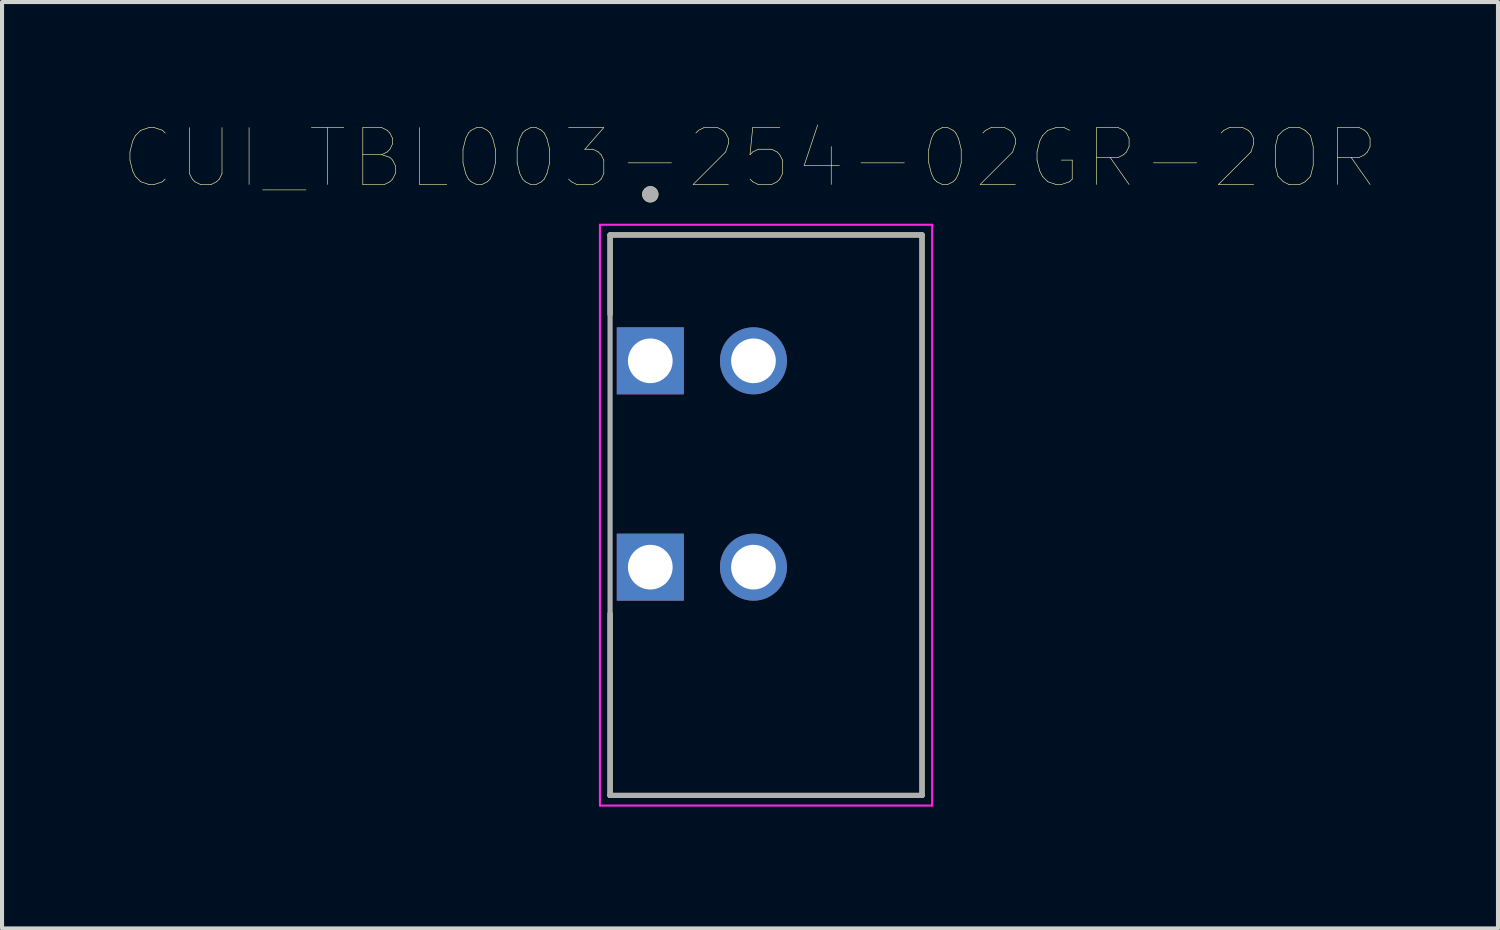
<source format=kicad_pcb>
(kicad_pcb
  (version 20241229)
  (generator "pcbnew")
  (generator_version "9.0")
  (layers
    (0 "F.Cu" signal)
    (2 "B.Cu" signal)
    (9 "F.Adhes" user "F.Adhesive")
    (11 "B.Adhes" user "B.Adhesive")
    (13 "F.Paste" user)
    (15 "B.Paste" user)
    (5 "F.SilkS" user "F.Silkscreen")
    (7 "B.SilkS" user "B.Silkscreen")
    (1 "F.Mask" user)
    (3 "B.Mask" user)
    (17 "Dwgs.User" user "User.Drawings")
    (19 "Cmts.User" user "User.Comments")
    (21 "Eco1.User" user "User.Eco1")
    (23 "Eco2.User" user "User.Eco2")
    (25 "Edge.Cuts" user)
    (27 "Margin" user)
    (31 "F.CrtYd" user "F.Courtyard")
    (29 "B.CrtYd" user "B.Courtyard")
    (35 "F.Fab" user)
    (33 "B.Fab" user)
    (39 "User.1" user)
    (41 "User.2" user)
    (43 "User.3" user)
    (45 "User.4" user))
  (footprint "CUI_TBL003-254-02GR-2OR"
    (layer "F.Cu")
    (at 12.961 5.834)
    (property "Reference" "CUI_TBL003-254-02GR-2OR" (at 2.455 -4.989 0) (layer "F.SilkS") (effects (font (size 1.4 1.4) (thickness 0.015))))
    (attr through_hole)
    (fp_line (start -0.99 -3.1) (end 6.69 -3.1) (stroke (width 0.127) (type solid)) (layer "F.SilkS"))
    (fp_line (start -0.99 -1.145) (end -0.99 -3.1) (stroke (width 0.127) (type solid)) (layer "F.SilkS"))
    (fp_line (start -0.99 10.7) (end -0.99 6.225) (stroke (width 0.127) (type solid)) (layer "F.SilkS"))
    (fp_line (start 6.69 -3.1) (end 6.69 10.7) (stroke (width 0.127) (type solid)) (layer "F.SilkS"))
    (fp_line (start 6.69 10.7) (end -0.99 10.7) (stroke (width 0.127) (type solid)) (layer "F.SilkS"))
    (fp_circle (center 0 -4.1) (end 0.1 -4.1) (stroke (width 0.2) (type solid)) (fill no) (layer "F.SilkS"))
    (fp_line (start -1.24 -3.35) (end 6.94 -3.35) (stroke (width 0.05) (type solid)) (layer "F.CrtYd"))
    (fp_line (start -1.24 10.95) (end -1.24 -3.35) (stroke (width 0.05) (type solid)) (layer "F.CrtYd"))
    (fp_line (start 6.94 -3.35) (end 6.94 10.95) (stroke (width 0.05) (type solid)) (layer "F.CrtYd"))
    (fp_line (start 6.94 10.95) (end -1.24 10.95) (stroke (width 0.05) (type solid)) (layer "F.CrtYd"))
    (fp_line (start -0.99 -3.1) (end 6.69 -3.1) (stroke (width 0.127) (type solid)) (layer "F.Fab"))
    (fp_line (start -0.99 10.7) (end -0.99 -3.1) (stroke (width 0.127) (type solid)) (layer "F.Fab"))
    (fp_line (start 6.69 -3.1) (end 6.69 10.7) (stroke (width 0.127) (type solid)) (layer "F.Fab"))
    (fp_line (start 6.69 10.7) (end -0.99 10.7) (stroke (width 0.127) (type solid)) (layer "F.Fab"))
    (fp_circle (center 0 -4.1) (end 0.1 -4.1) (stroke (width 0.2) (type solid)) (fill no) (layer "F.Fab"))
    (pad "1_A" thru_hole rect (at 0 0) (size 1.65 1.65) (drill 1.1) (layers "*.Cu" "*.Mask"))
    (pad "1_B" thru_hole rect (at 0 5.08) (size 1.65 1.65) (drill 1.1) (layers "*.Cu" "*.Mask"))
    (pad "2_A" thru_hole circle (at 2.54 0) (size 1.65 1.65) (drill 1.1) (layers "*.Cu" "*.Mask"))
    (pad "2_B" thru_hole circle (at 2.54 5.08) (size 1.65 1.65) (drill 1.1) (layers "*.Cu" "*.Mask")))
  (gr_rect
    (start -3 -3)
    (end 33.832 19.809)
    (stroke (width 0.1) (type default))
    (fill no)
    (layer "Edge.Cuts")))
</source>
